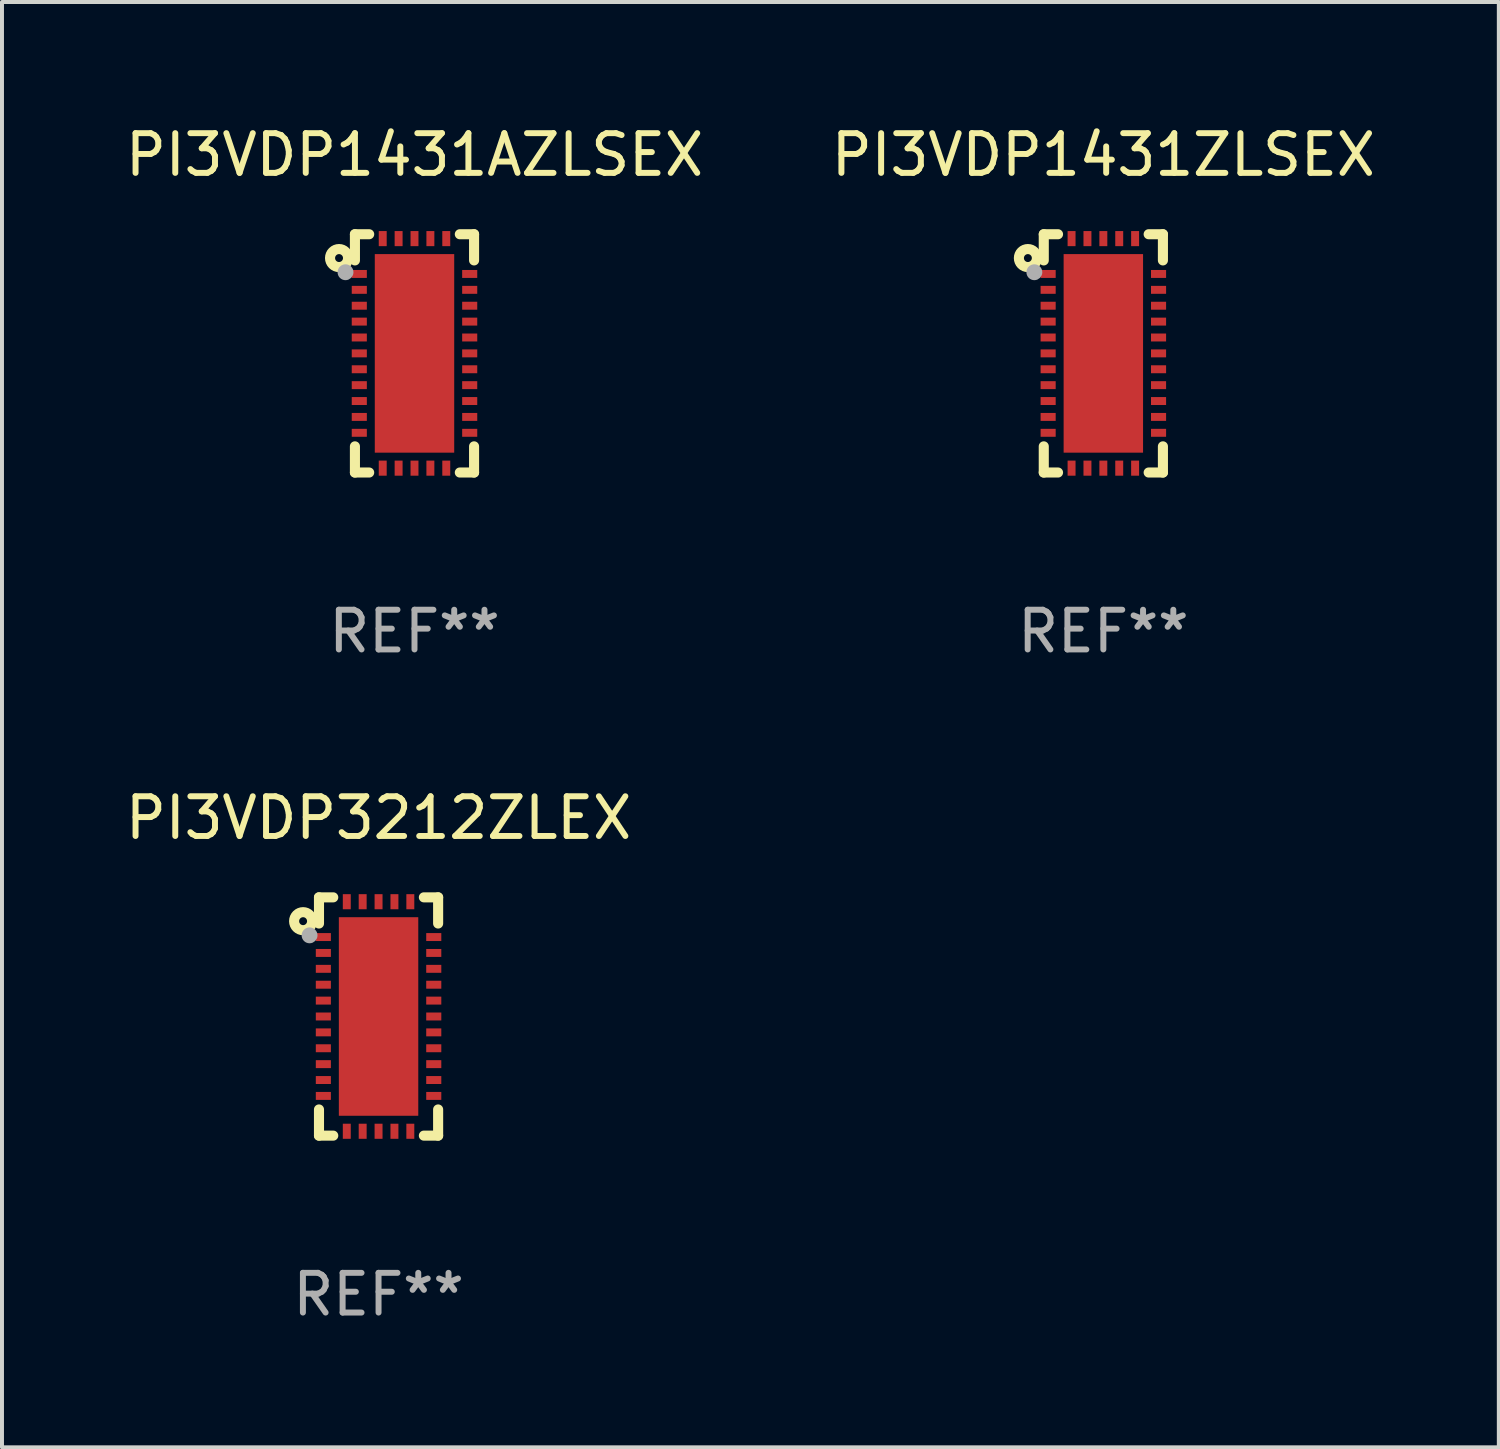
<source format=kicad_pcb>
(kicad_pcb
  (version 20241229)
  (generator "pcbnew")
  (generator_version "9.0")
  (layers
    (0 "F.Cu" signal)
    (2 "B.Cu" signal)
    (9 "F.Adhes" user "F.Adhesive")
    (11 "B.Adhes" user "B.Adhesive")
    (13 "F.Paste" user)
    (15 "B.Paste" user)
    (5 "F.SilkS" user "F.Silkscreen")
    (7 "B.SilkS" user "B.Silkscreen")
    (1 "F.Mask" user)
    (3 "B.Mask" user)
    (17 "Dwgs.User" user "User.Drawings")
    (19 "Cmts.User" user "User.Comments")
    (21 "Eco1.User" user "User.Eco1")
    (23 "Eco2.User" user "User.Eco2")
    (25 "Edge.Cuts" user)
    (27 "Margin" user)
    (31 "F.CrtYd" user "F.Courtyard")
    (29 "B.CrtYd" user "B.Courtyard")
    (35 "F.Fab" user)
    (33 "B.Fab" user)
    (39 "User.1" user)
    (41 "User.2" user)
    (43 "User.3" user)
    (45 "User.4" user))
  (footprint "PI3VDP1431ZLSEX"
    (layer "F.Cu")
    (at 24.732 5.848)
    (property "Reference" "PI3VDP1431ZLSEX" (at 0 -5 0) (layer "F.SilkS") (effects (font (size 1 1) (thickness 0.15))))
    (attr through_hole)
    (fp_line (start -1.5 -3) (end -1.141 -3) (stroke (width 0.254) (type solid)) (layer "F.SilkS"))
    (fp_line (start -1.5 -2.341) (end -1.5 -3) (stroke (width 0.254) (type solid)) (layer "F.SilkS"))
    (fp_line (start -1.5 3) (end -1.5 2.341) (stroke (width 0.254) (type solid)) (layer "F.SilkS"))
    (fp_line (start -1.141 3) (end -1.5 3) (stroke (width 0.254) (type solid)) (layer "F.SilkS"))
    (fp_line (start 1.141 -3) (end 1.5 -3) (stroke (width 0.254) (type solid)) (layer "F.SilkS"))
    (fp_line (start 1.5 -3) (end 1.5 -2.341) (stroke (width 0.254) (type solid)) (layer "F.SilkS"))
    (fp_line (start 1.5 2.341) (end 1.5 3) (stroke (width 0.254) (type solid)) (layer "F.SilkS"))
    (fp_line (start 1.5 3) (end 1.141 3) (stroke (width 0.254) (type solid)) (layer "F.SilkS"))
    (fp_circle (center -1.9 -2.4) (end -1.8 -2.4) (stroke (width 0.254) (type solid)) (fill no) (layer "F.SilkS"))
    (fp_circle (center -1.5 -3) (end -1.47 -3) (stroke (width 0.06) (type solid)) (fill no) (layer "F.SilkS"))
    (fp_circle (center -1.737 -2.043) (end -1.637 -2.043) (stroke (width 0.2) (type solid)) (fill no) (layer "F.Fab"))
    (fp_text user "REF**" (at 0 7 0) (layer "F.Fab") (effects (font (size 1 1) (thickness 0.15))))
    (pad "1" smd rect (at -1.39 -2 90) (size 0.2 0.38) (layers "F.Cu" "F.Mask" "F.Paste"))
    (pad "2" smd rect (at -1.39 -1.6 90) (size 0.2 0.38) (layers "F.Cu" "F.Mask" "F.Paste"))
    (pad "3" smd rect (at -1.39 -1.2 90) (size 0.2 0.38) (layers "F.Cu" "F.Mask" "F.Paste"))
    (pad "4" smd rect (at -1.39 -0.8 90) (size 0.2 0.38) (layers "F.Cu" "F.Mask" "F.Paste"))
    (pad "5" smd rect (at -1.39 -0.4 90) (size 0.2 0.38) (layers "F.Cu" "F.Mask" "F.Paste"))
    (pad "6" smd rect (at -1.39 0 90) (size 0.2 0.38) (layers "F.Cu" "F.Mask" "F.Paste"))
    (pad "7" smd rect (at -1.39 0.4 90) (size 0.2 0.38) (layers "F.Cu" "F.Mask" "F.Paste"))
    (pad "8" smd rect (at -1.39 0.8 90) (size 0.2 0.38) (layers "F.Cu" "F.Mask" "F.Paste"))
    (pad "9" smd rect (at -1.39 1.2 90) (size 0.2 0.38) (layers "F.Cu" "F.Mask" "F.Paste"))
    (pad "10" smd rect (at -1.39 1.6 90) (size 0.2 0.38) (layers "F.Cu" "F.Mask" "F.Paste"))
    (pad "11" smd rect (at -1.39 2 90) (size 0.2 0.38) (layers "F.Cu" "F.Mask" "F.Paste"))
    (pad "12" smd rect (at -0.8 2.89 180) (size 0.2 0.38) (layers "F.Cu" "F.Mask" "F.Paste"))
    (pad "13" smd rect (at -0.4 2.89 180) (size 0.2 0.38) (layers "F.Cu" "F.Mask" "F.Paste"))
    (pad "14" smd rect (at 0 2.89 180) (size 0.2 0.38) (layers "F.Cu" "F.Mask" "F.Paste"))
    (pad "15" smd rect (at 0.4 2.89 180) (size 0.2 0.38) (layers "F.Cu" "F.Mask" "F.Paste"))
    (pad "16" smd rect (at 0.8 2.89 180) (size 0.2 0.38) (layers "F.Cu" "F.Mask" "F.Paste"))
    (pad "17" smd rect (at 1.39 2 270) (size 0.2 0.38) (layers "F.Cu" "F.Mask" "F.Paste"))
    (pad "18" smd rect (at 1.39 1.6 270) (size 0.2 0.38) (layers "F.Cu" "F.Mask" "F.Paste"))
    (pad "19" smd rect (at 1.39 1.2 270) (size 0.2 0.38) (layers "F.Cu" "F.Mask" "F.Paste"))
    (pad "20" smd rect (at 1.39 0.8 270) (size 0.2 0.38) (layers "F.Cu" "F.Mask" "F.Paste"))
    (pad "21" smd rect (at 1.39 0.4 270) (size 0.2 0.38) (layers "F.Cu" "F.Mask" "F.Paste"))
    (pad "22" smd rect (at 1.39 0 270) (size 0.2 0.38) (layers "F.Cu" "F.Mask" "F.Paste"))
    (pad "23" smd rect (at 1.39 -0.4 270) (size 0.2 0.38) (layers "F.Cu" "F.Mask" "F.Paste"))
    (pad "24" smd rect (at 1.39 -0.8 270) (size 0.2 0.38) (layers "F.Cu" "F.Mask" "F.Paste"))
    (pad "25" smd rect (at 1.39 -1.2 270) (size 0.2 0.38) (layers "F.Cu" "F.Mask" "F.Paste"))
    (pad "26" smd rect (at 1.39 -1.6 270) (size 0.2 0.38) (layers "F.Cu" "F.Mask" "F.Paste"))
    (pad "27" smd rect (at 1.39 -2 270) (size 0.2 0.38) (layers "F.Cu" "F.Mask" "F.Paste"))
    (pad "28" smd rect (at 0.8 -2.89) (size 0.2 0.38) (layers "F.Cu" "F.Mask" "F.Paste"))
    (pad "29" smd rect (at 0.4 -2.89) (size 0.2 0.38) (layers "F.Cu" "F.Mask" "F.Paste"))
    (pad "30" smd rect (at 0 -2.89) (size 0.2 0.38) (layers "F.Cu" "F.Mask" "F.Paste"))
    (pad "31" smd rect (at -0.4 -2.89) (size 0.2 0.38) (layers "F.Cu" "F.Mask" "F.Paste"))
    (pad "32" smd rect (at -0.8 -2.89) (size 0.2 0.38) (layers "F.Cu" "F.Mask" "F.Paste"))
    (pad "33" smd rect (at 0 0) (size 2 5) (layers "F.Cu" "F.Mask" "F.Paste")))
  (footprint "PI3VDP1431AZLSEX"
    (layer "F.Cu")
    (at 7.387 5.848)
    (property "Reference" "PI3VDP1431AZLSEX" (at 0 -5 0) (layer "F.SilkS") (effects (font (size 1 1) (thickness 0.15))))
    (attr through_hole)
    (fp_line (start -1.5 -3) (end -1.141 -3) (stroke (width 0.254) (type solid)) (layer "F.SilkS"))
    (fp_line (start -1.5 -2.341) (end -1.5 -3) (stroke (width 0.254) (type solid)) (layer "F.SilkS"))
    (fp_line (start -1.5 3) (end -1.5 2.341) (stroke (width 0.254) (type solid)) (layer "F.SilkS"))
    (fp_line (start -1.141 3) (end -1.5 3) (stroke (width 0.254) (type solid)) (layer "F.SilkS"))
    (fp_line (start 1.141 -3) (end 1.5 -3) (stroke (width 0.254) (type solid)) (layer "F.SilkS"))
    (fp_line (start 1.5 -3) (end 1.5 -2.341) (stroke (width 0.254) (type solid)) (layer "F.SilkS"))
    (fp_line (start 1.5 2.341) (end 1.5 3) (stroke (width 0.254) (type solid)) (layer "F.SilkS"))
    (fp_line (start 1.5 3) (end 1.141 3) (stroke (width 0.254) (type solid)) (layer "F.SilkS"))
    (fp_circle (center -1.9 -2.4) (end -1.8 -2.4) (stroke (width 0.254) (type solid)) (fill no) (layer "F.SilkS"))
    (fp_circle (center -1.5 -3) (end -1.47 -3) (stroke (width 0.06) (type solid)) (fill no) (layer "F.SilkS"))
    (fp_circle (center -1.737 -2.043) (end -1.637 -2.043) (stroke (width 0.2) (type solid)) (fill no) (layer "F.Fab"))
    (fp_text user "REF**" (at 0 7 0) (layer "F.Fab") (effects (font (size 1 1) (thickness 0.15))))
    (pad "1" smd rect (at -1.39 -2 90) (size 0.2 0.38) (layers "F.Cu" "F.Mask" "F.Paste"))
    (pad "2" smd rect (at -1.39 -1.6 90) (size 0.2 0.38) (layers "F.Cu" "F.Mask" "F.Paste"))
    (pad "3" smd rect (at -1.39 -1.2 90) (size 0.2 0.38) (layers "F.Cu" "F.Mask" "F.Paste"))
    (pad "4" smd rect (at -1.39 -0.8 90) (size 0.2 0.38) (layers "F.Cu" "F.Mask" "F.Paste"))
    (pad "5" smd rect (at -1.39 -0.4 90) (size 0.2 0.38) (layers "F.Cu" "F.Mask" "F.Paste"))
    (pad "6" smd rect (at -1.39 0 90) (size 0.2 0.38) (layers "F.Cu" "F.Mask" "F.Paste"))
    (pad "7" smd rect (at -1.39 0.4 90) (size 0.2 0.38) (layers "F.Cu" "F.Mask" "F.Paste"))
    (pad "8" smd rect (at -1.39 0.8 90) (size 0.2 0.38) (layers "F.Cu" "F.Mask" "F.Paste"))
    (pad "9" smd rect (at -1.39 1.2 90) (size 0.2 0.38) (layers "F.Cu" "F.Mask" "F.Paste"))
    (pad "10" smd rect (at -1.39 1.6 90) (size 0.2 0.38) (layers "F.Cu" "F.Mask" "F.Paste"))
    (pad "11" smd rect (at -1.39 2 90) (size 0.2 0.38) (layers "F.Cu" "F.Mask" "F.Paste"))
    (pad "12" smd rect (at -0.8 2.89 180) (size 0.2 0.38) (layers "F.Cu" "F.Mask" "F.Paste"))
    (pad "13" smd rect (at -0.4 2.89 180) (size 0.2 0.38) (layers "F.Cu" "F.Mask" "F.Paste"))
    (pad "14" smd rect (at 0 2.89 180) (size 0.2 0.38) (layers "F.Cu" "F.Mask" "F.Paste"))
    (pad "15" smd rect (at 0.4 2.89 180) (size 0.2 0.38) (layers "F.Cu" "F.Mask" "F.Paste"))
    (pad "16" smd rect (at 0.8 2.89 180) (size 0.2 0.38) (layers "F.Cu" "F.Mask" "F.Paste"))
    (pad "17" smd rect (at 1.39 2 270) (size 0.2 0.38) (layers "F.Cu" "F.Mask" "F.Paste"))
    (pad "18" smd rect (at 1.39 1.6 270) (size 0.2 0.38) (layers "F.Cu" "F.Mask" "F.Paste"))
    (pad "19" smd rect (at 1.39 1.2 270) (size 0.2 0.38) (layers "F.Cu" "F.Mask" "F.Paste"))
    (pad "20" smd rect (at 1.39 0.8 270) (size 0.2 0.38) (layers "F.Cu" "F.Mask" "F.Paste"))
    (pad "21" smd rect (at 1.39 0.4 270) (size 0.2 0.38) (layers "F.Cu" "F.Mask" "F.Paste"))
    (pad "22" smd rect (at 1.39 0 270) (size 0.2 0.38) (layers "F.Cu" "F.Mask" "F.Paste"))
    (pad "23" smd rect (at 1.39 -0.4 270) (size 0.2 0.38) (layers "F.Cu" "F.Mask" "F.Paste"))
    (pad "24" smd rect (at 1.39 -0.8 270) (size 0.2 0.38) (layers "F.Cu" "F.Mask" "F.Paste"))
    (pad "25" smd rect (at 1.39 -1.2 270) (size 0.2 0.38) (layers "F.Cu" "F.Mask" "F.Paste"))
    (pad "26" smd rect (at 1.39 -1.6 270) (size 0.2 0.38) (layers "F.Cu" "F.Mask" "F.Paste"))
    (pad "27" smd rect (at 1.39 -2 270) (size 0.2 0.38) (layers "F.Cu" "F.Mask" "F.Paste"))
    (pad "28" smd rect (at 0.8 -2.89) (size 0.2 0.38) (layers "F.Cu" "F.Mask" "F.Paste"))
    (pad "29" smd rect (at 0.4 -2.89) (size 0.2 0.38) (layers "F.Cu" "F.Mask" "F.Paste"))
    (pad "30" smd rect (at 0 -2.89) (size 0.2 0.38) (layers "F.Cu" "F.Mask" "F.Paste"))
    (pad "31" smd rect (at -0.4 -2.89) (size 0.2 0.38) (layers "F.Cu" "F.Mask" "F.Paste"))
    (pad "32" smd rect (at -0.8 -2.89) (size 0.2 0.38) (layers "F.Cu" "F.Mask" "F.Paste"))
    (pad "33" smd rect (at 0 0) (size 2 5) (layers "F.Cu" "F.Mask" "F.Paste")))
  (footprint "PI3VDP3212ZLEX"
    (layer "F.Cu")
    (at 6.482 22.545)
    (property "Reference" "PI3VDP3212ZLEX" (at 0 -5 0) (layer "F.SilkS") (effects (font (size 1 1) (thickness 0.15))))
    (attr through_hole)
    (fp_line (start -1.5 -3) (end -1.141 -3) (stroke (width 0.254) (type solid)) (layer "F.SilkS"))
    (fp_line (start -1.5 -2.341) (end -1.5 -3) (stroke (width 0.254) (type solid)) (layer "F.SilkS"))
    (fp_line (start -1.5 3) (end -1.5 2.341) (stroke (width 0.254) (type solid)) (layer "F.SilkS"))
    (fp_line (start -1.141 3) (end -1.5 3) (stroke (width 0.254) (type solid)) (layer "F.SilkS"))
    (fp_line (start 1.141 -3) (end 1.5 -3) (stroke (width 0.254) (type solid)) (layer "F.SilkS"))
    (fp_line (start 1.5 -3) (end 1.5 -2.341) (stroke (width 0.254) (type solid)) (layer "F.SilkS"))
    (fp_line (start 1.5 2.341) (end 1.5 3) (stroke (width 0.254) (type solid)) (layer "F.SilkS"))
    (fp_line (start 1.5 3) (end 1.141 3) (stroke (width 0.254) (type solid)) (layer "F.SilkS"))
    (fp_circle (center -1.9 -2.4) (end -1.8 -2.4) (stroke (width 0.254) (type solid)) (fill no) (layer "F.SilkS"))
    (fp_circle (center -1.5 -3) (end -1.47 -3) (stroke (width 0.06) (type solid)) (fill no) (layer "F.SilkS"))
    (fp_circle (center -1.737 -2.043) (end -1.637 -2.043) (stroke (width 0.2) (type solid)) (fill no) (layer "F.Fab"))
    (fp_text user "REF**" (at 0 7 0) (layer "F.Fab") (effects (font (size 1 1) (thickness 0.15))))
    (pad "1" smd rect (at -1.39 -2 90) (size 0.2 0.38) (layers "F.Cu" "F.Mask" "F.Paste"))
    (pad "2" smd rect (at -1.39 -1.6 90) (size 0.2 0.38) (layers "F.Cu" "F.Mask" "F.Paste"))
    (pad "3" smd rect (at -1.39 -1.2 90) (size 0.2 0.38) (layers "F.Cu" "F.Mask" "F.Paste"))
    (pad "4" smd rect (at -1.39 -0.8 90) (size 0.2 0.38) (layers "F.Cu" "F.Mask" "F.Paste"))
    (pad "5" smd rect (at -1.39 -0.4 90) (size 0.2 0.38) (layers "F.Cu" "F.Mask" "F.Paste"))
    (pad "6" smd rect (at -1.39 0 90) (size 0.2 0.38) (layers "F.Cu" "F.Mask" "F.Paste"))
    (pad "7" smd rect (at -1.39 0.4 90) (size 0.2 0.38) (layers "F.Cu" "F.Mask" "F.Paste"))
    (pad "8" smd rect (at -1.39 0.8 90) (size 0.2 0.38) (layers "F.Cu" "F.Mask" "F.Paste"))
    (pad "9" smd rect (at -1.39 1.2 90) (size 0.2 0.38) (layers "F.Cu" "F.Mask" "F.Paste"))
    (pad "10" smd rect (at -1.39 1.6 90) (size 0.2 0.38) (layers "F.Cu" "F.Mask" "F.Paste"))
    (pad "11" smd rect (at -1.39 2 90) (size 0.2 0.38) (layers "F.Cu" "F.Mask" "F.Paste"))
    (pad "12" smd rect (at -0.8 2.89 180) (size 0.2 0.38) (layers "F.Cu" "F.Mask" "F.Paste"))
    (pad "13" smd rect (at -0.4 2.89 180) (size 0.2 0.38) (layers "F.Cu" "F.Mask" "F.Paste"))
    (pad "14" smd rect (at 0 2.89 180) (size 0.2 0.38) (layers "F.Cu" "F.Mask" "F.Paste"))
    (pad "15" smd rect (at 0.4 2.89 180) (size 0.2 0.38) (layers "F.Cu" "F.Mask" "F.Paste"))
    (pad "16" smd rect (at 0.8 2.89 180) (size 0.2 0.38) (layers "F.Cu" "F.Mask" "F.Paste"))
    (pad "17" smd rect (at 1.39 2 270) (size 0.2 0.38) (layers "F.Cu" "F.Mask" "F.Paste"))
    (pad "18" smd rect (at 1.39 1.6 270) (size 0.2 0.38) (layers "F.Cu" "F.Mask" "F.Paste"))
    (pad "19" smd rect (at 1.39 1.2 270) (size 0.2 0.38) (layers "F.Cu" "F.Mask" "F.Paste"))
    (pad "20" smd rect (at 1.39 0.8 270) (size 0.2 0.38) (layers "F.Cu" "F.Mask" "F.Paste"))
    (pad "21" smd rect (at 1.39 0.4 270) (size 0.2 0.38) (layers "F.Cu" "F.Mask" "F.Paste"))
    (pad "22" smd rect (at 1.39 0 270) (size 0.2 0.38) (layers "F.Cu" "F.Mask" "F.Paste"))
    (pad "23" smd rect (at 1.39 -0.4 270) (size 0.2 0.38) (layers "F.Cu" "F.Mask" "F.Paste"))
    (pad "24" smd rect (at 1.39 -0.8 270) (size 0.2 0.38) (layers "F.Cu" "F.Mask" "F.Paste"))
    (pad "25" smd rect (at 1.39 -1.2 270) (size 0.2 0.38) (layers "F.Cu" "F.Mask" "F.Paste"))
    (pad "26" smd rect (at 1.39 -1.6 270) (size 0.2 0.38) (layers "F.Cu" "F.Mask" "F.Paste"))
    (pad "27" smd rect (at 1.39 -2 270) (size 0.2 0.38) (layers "F.Cu" "F.Mask" "F.Paste"))
    (pad "28" smd rect (at 0.8 -2.89) (size 0.2 0.38) (layers "F.Cu" "F.Mask" "F.Paste"))
    (pad "29" smd rect (at 0.4 -2.89) (size 0.2 0.38) (layers "F.Cu" "F.Mask" "F.Paste"))
    (pad "30" smd rect (at 0 -2.89) (size 0.2 0.38) (layers "F.Cu" "F.Mask" "F.Paste"))
    (pad "31" smd rect (at -0.4 -2.89) (size 0.2 0.38) (layers "F.Cu" "F.Mask" "F.Paste"))
    (pad "32" smd rect (at -0.8 -2.89) (size 0.2 0.38) (layers "F.Cu" "F.Mask" "F.Paste"))
    (pad "33" smd rect (at 0 0) (size 2 5) (layers "F.Cu" "F.Mask" "F.Paste")))
  (gr_rect
    (start -3 -3)
    (end 34.69 33.393)
    (stroke (width 0.1) (type default))
    (fill no)
    (layer "Edge.Cuts")))
</source>
